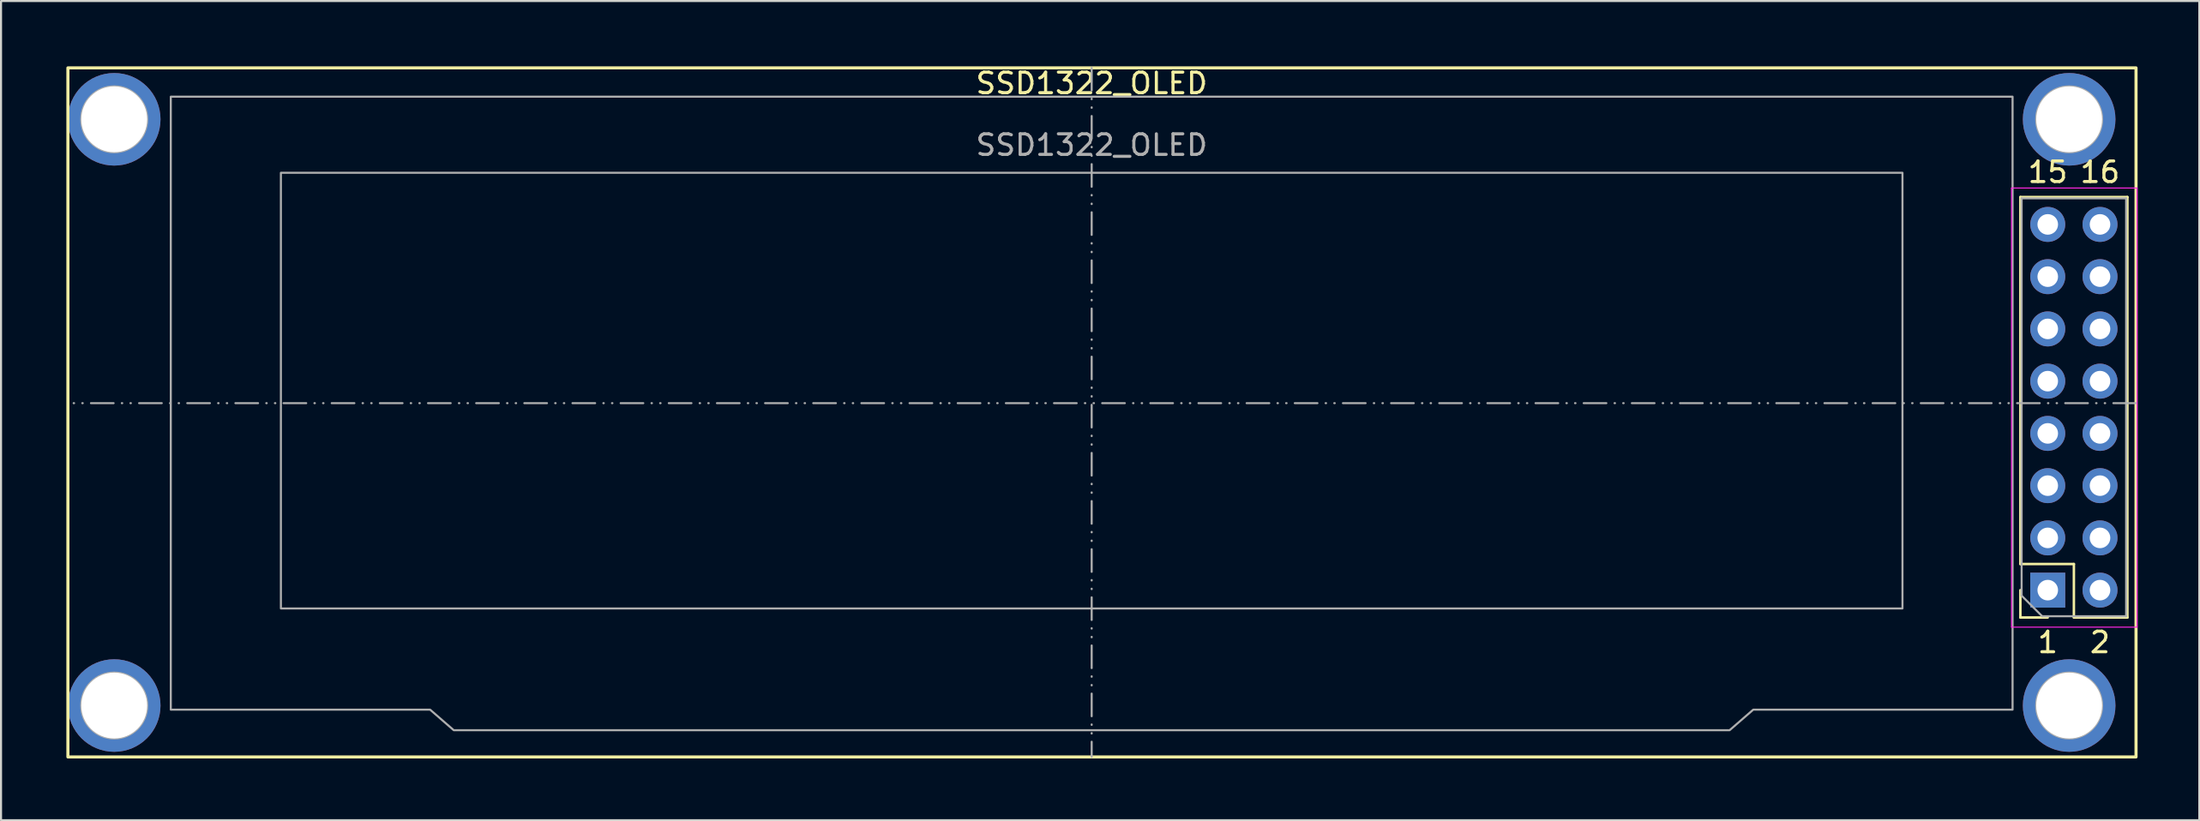
<source format=kicad_pcb>
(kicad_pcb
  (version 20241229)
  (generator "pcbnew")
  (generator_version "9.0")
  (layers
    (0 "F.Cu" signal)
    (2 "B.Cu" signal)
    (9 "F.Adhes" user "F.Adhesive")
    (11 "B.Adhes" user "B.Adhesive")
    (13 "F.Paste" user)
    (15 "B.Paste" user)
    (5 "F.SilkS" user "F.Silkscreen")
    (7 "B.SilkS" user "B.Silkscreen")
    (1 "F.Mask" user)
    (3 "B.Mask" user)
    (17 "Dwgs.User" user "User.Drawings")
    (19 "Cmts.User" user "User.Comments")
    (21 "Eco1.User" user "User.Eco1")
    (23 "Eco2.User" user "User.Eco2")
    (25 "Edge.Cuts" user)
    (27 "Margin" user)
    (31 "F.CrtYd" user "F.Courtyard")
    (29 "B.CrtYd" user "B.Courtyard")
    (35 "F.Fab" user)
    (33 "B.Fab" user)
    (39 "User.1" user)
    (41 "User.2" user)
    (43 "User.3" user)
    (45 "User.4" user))
  (footprint "SSD1322_OLED"
    (layer "F.Cu")
    (at 0.25 0.25)
    (property "Reference" "SSD1322_OLED" (at 49.75 0.75 0) (unlocked yes) (layer "F.SilkS") (effects (font (size 1 1) (thickness 0.15))))
    (attr through_hole)
    (fp_line (start 94.88 24.12) (end 94.88 6.28) (stroke (width 0.12) (type solid)) (layer "F.SilkS"))
    (fp_line (start 94.88 26.72) (end 94.88 25.39) (stroke (width 0.12) (type solid)) (layer "F.SilkS"))
    (fp_line (start 96.21 26.72) (end 94.88 26.72) (stroke (width 0.12) (type solid)) (layer "F.SilkS"))
    (fp_line (start 97.48 24.12) (end 94.88 24.12) (stroke (width 0.12) (type solid)) (layer "F.SilkS"))
    (fp_line (start 97.48 26.72) (end 97.48 24.12) (stroke (width 0.12) (type solid)) (layer "F.SilkS"))
    (fp_line (start 100.08 6.28) (end 94.88 6.28) (stroke (width 0.12) (type solid)) (layer "F.SilkS"))
    (fp_line (start 100.08 26.72) (end 97.48 26.72) (stroke (width 0.12) (type solid)) (layer "F.SilkS"))
    (fp_line (start 100.08 26.72) (end 100.08 6.28) (stroke (width 0.12) (type solid)) (layer "F.SilkS"))
    (fp_rect (start 0 0) (end 100.5 33.5) (stroke (width 0.15) (type default)) (fill no) (layer "F.SilkS"))
    (fp_line (start 94.45 5.84) (end 100.55 5.84) (stroke (width 0.05) (type solid)) (layer "F.CrtYd"))
    (fp_line (start 94.45 27.19) (end 94.45 5.84) (stroke (width 0.05) (type solid)) (layer "F.CrtYd"))
    (fp_line (start 100.55 5.84) (end 100.55 27.19) (stroke (width 0.05) (type solid)) (layer "F.CrtYd"))
    (fp_line (start 100.55 27.19) (end 94.45 27.19) (stroke (width 0.05) (type solid)) (layer "F.CrtYd"))
    (fp_line (start 49.75 0) (end 49.75 33.5) (stroke (width 0.1) (type dash_dot_dot)) (layer "F.Fab"))
    (fp_line (start 94.94 6.34) (end 100.02 6.34) (stroke (width 0.1) (type solid)) (layer "F.Fab"))
    (fp_line (start 94.94 25.66) (end 94.94 6.34) (stroke (width 0.1) (type solid)) (layer "F.Fab"))
    (fp_line (start 95.94 26.66) (end 94.94 25.66) (stroke (width 0.1) (type solid)) (layer "F.Fab"))
    (fp_line (start 100.02 6.34) (end 100.02 26.66) (stroke (width 0.1) (type solid)) (layer "F.Fab"))
    (fp_line (start 100.02 26.66) (end 95.94 26.66) (stroke (width 0.1) (type solid)) (layer "F.Fab"))
    (fp_line (start 100.5 16.3) (end 0 16.3) (stroke (width 0.1) (type dash_dot_dot)) (layer "F.Fab"))
    (fp_rect (start 10.35 5.1) (end 89.15 26.28) (stroke (width 0.1) (type solid)) (fill no) (layer "F.Fab"))
    (fp_circle (center 2.25 2.5) (end 3.85 2.5) (stroke (width 0.1) (type default)) (fill no) (layer "F.Fab"))
    (fp_circle (center 2.25 31) (end 3.85 31) (stroke (width 0.1) (type default)) (fill no) (layer "F.Fab"))
    (fp_circle (center 97.25 2.5) (end 98.85 2.5) (stroke (width 0.1) (type default)) (fill no) (layer "F.Fab"))
    (fp_circle (center 97.25 31) (end 98.85 31) (stroke (width 0.1) (type default)) (fill no) (layer "F.Fab"))
    (fp_poly (pts (xy 5 1.4) (xy 5 31.2) (xy 17.6 31.2) (xy 18.75 32.2) (xy 80.75 32.2) (xy 81.9 31.2) (xy 94.5 31.2) (xy 94.5 1.4)) (stroke (width 0.1) (type solid)) (fill no) (layer "F.Fab"))
    (fp_text user "15" (at 96.21 5.07 0) (unlocked yes) (layer "F.SilkS") (effects (font (size 1 1) (thickness 0.15))))
    (fp_text user "16" (at 98.75 5.07 0) (unlocked yes) (layer "F.SilkS") (effects (font (size 1 1) (thickness 0.15))))
    (fp_text user "2" (at 98.75 27.93 0) (unlocked yes) (layer "F.SilkS") (effects (font (size 1 1) (thickness 0.15))))
    (fp_text user "1" (at 96.21 27.93 0) (unlocked yes) (layer "F.SilkS") (effects (font (size 1 1) (thickness 0.15))))
    (fp_text user "${REFERENCE}" (at 49.75 3.75 0) (unlocked yes) (layer "F.Fab") (effects (font (size 1 1) (thickness 0.15))))
    (pad "" np_thru_hole circle (at 2.25 2.5) (size 4.5 4.5) (drill 3.2) (layers "*.Cu" "*.Mask"))
    (pad "" np_thru_hole circle (at 2.25 31) (size 4.5 4.5) (drill 3.2) (layers "*.Cu" "*.Mask"))
    (pad "" np_thru_hole circle (at 97.25 2.5) (size 4.5 4.5) (drill 3.2) (layers "*.Cu" "*.Mask"))
    (pad "" np_thru_hole circle (at 97.25 31) (size 4.5 4.5) (drill 3.2) (layers "*.Cu" "*.Mask"))
    (pad "1" thru_hole rect (at 96.21 25.39 180) (size 1.7 1.7) (drill 1) (layers "*.Cu" "*.Mask"))
    (pad "2" thru_hole oval (at 98.75 25.39 180) (size 1.7 1.7) (drill 1) (layers "*.Cu" "*.Mask"))
    (pad "3" thru_hole oval (at 96.21 22.85 180) (size 1.7 1.7) (drill 1) (layers "*.Cu" "*.Mask"))
    (pad "4" thru_hole oval (at 98.75 22.85 180) (size 1.7 1.7) (drill 1) (layers "*.Cu" "*.Mask"))
    (pad "5" thru_hole oval (at 96.21 20.31 180) (size 1.7 1.7) (drill 1) (layers "*.Cu" "*.Mask"))
    (pad "6" thru_hole oval (at 98.75 20.31 180) (size 1.7 1.7) (drill 1) (layers "*.Cu" "*.Mask"))
    (pad "7" thru_hole oval (at 96.21 17.77 180) (size 1.7 1.7) (drill 1) (layers "*.Cu" "*.Mask"))
    (pad "8" thru_hole oval (at 98.75 17.77 180) (size 1.7 1.7) (drill 1) (layers "*.Cu" "*.Mask"))
    (pad "9" thru_hole oval (at 96.21 15.23 180) (size 1.7 1.7) (drill 1) (layers "*.Cu" "*.Mask"))
    (pad "10" thru_hole oval (at 98.75 15.23 180) (size 1.7 1.7) (drill 1) (layers "*.Cu" "*.Mask"))
    (pad "11" thru_hole oval (at 96.21 12.69 180) (size 1.7 1.7) (drill 1) (layers "*.Cu" "*.Mask"))
    (pad "12" thru_hole oval (at 98.75 12.69 180) (size 1.7 1.7) (drill 1) (layers "*.Cu" "*.Mask"))
    (pad "13" thru_hole oval (at 96.21 10.15 180) (size 1.7 1.7) (drill 1) (layers "*.Cu" "*.Mask"))
    (pad "14" thru_hole oval (at 98.75 10.15 180) (size 1.7 1.7) (drill 1) (layers "*.Cu" "*.Mask"))
    (pad "15" thru_hole oval (at 96.21 7.61 180) (size 1.7 1.7) (drill 1) (layers "*.Cu" "*.Mask"))
    (pad "16" thru_hole oval (at 98.75 7.61 180) (size 1.7 1.7) (drill 1) (layers "*.Cu" "*.Mask")))
  (gr_rect
    (start -3 -3)
    (end 103.825 36.825)
    (stroke (width 0.1) (type default))
    (fill no)
    (layer "Edge.Cuts")))
</source>
